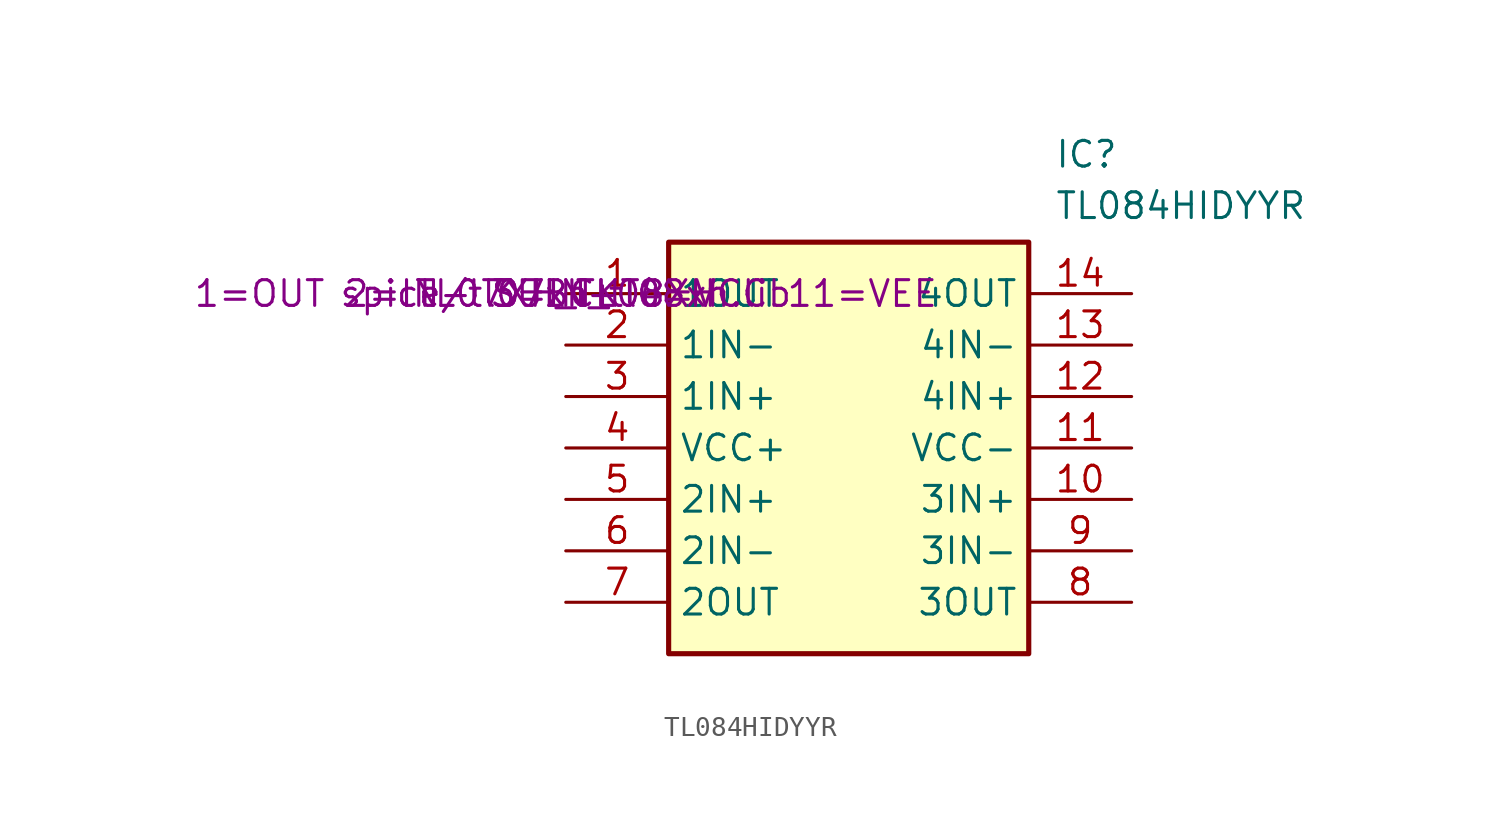
<source format=kicad_sym>
(kicad_symbol_lib
  (version 20220914)
  (generator kicad_symbol_editor)
  (symbol "TL084HIDYYR"
    (property "Reference" "IC"
      (at 24.13 7.62 0)
      (effects (font (size 1.27 1.27)) (justify left top)))
    (property "Value" "TL084HIDYYR"
      (at 24.13 5.08 0)
      (effects (font (size 1.27 1.27)) (justify left top)))
    (property "Sim.Library" "spice/tl07xh_tl08xh.lib"
      (at 0 0 0)
      (effects (font (size 1.27 1.27))))
    (property "Sim.Name" "TL07XH_TL08XH"
      (at 0 0 0)
      (effects (font (size 1.27 1.27))))
    (property "Sim.Device" "SUBCKT"
      (at 0 0 0)
      (effects (font (size 1.27 1.27))))
    (property "Sim.Pins" "1=OUT 2=IN- 3=IN+ 4=VCC 11=VEE"
      (at 0 0 0)
      (effects (font (size 1.27 1.27))))
    (symbol "TL084HIDYYR_1_1"
      (rectangle (start 5.08 2.54) (end 22.86 -17.78) (stroke (width 0.254) (type default)) (fill (type background)))
      (pin passive line (at 0 0 0) (length 5.08) (name "1OUT" (effects (font (size 1.27 1.27)))) (number "1" (effects (font (size 1.27 1.27)))))
      (pin passive line (at 27.94 -10.16 180) (length 5.08) (name "3IN+" (effects (font (size 1.27 1.27)))) (number "10" (effects (font (size 1.27 1.27)))))
      (pin passive line (at 27.94 -7.62 180) (length 5.08) (name "VCC-" (effects (font (size 1.27 1.27)))) (number "11" (effects (font (size 1.27 1.27)))))
      (pin passive line (at 27.94 -5.08 180) (length 5.08) (name "4IN+" (effects (font (size 1.27 1.27)))) (number "12" (effects (font (size 1.27 1.27)))))
      (pin passive line (at 27.94 -2.54 180) (length 5.08) (name "4IN-" (effects (font (size 1.27 1.27)))) (number "13" (effects (font (size 1.27 1.27)))))
      (pin passive line (at 27.94 0 180) (length 5.08) (name "4OUT" (effects (font (size 1.27 1.27)))) (number "14" (effects (font (size 1.27 1.27)))))
      (pin passive line (at 0 -2.54 0) (length 5.08) (name "1IN-" (effects (font (size 1.27 1.27)))) (number "2" (effects (font (size 1.27 1.27)))))
      (pin passive line (at 0 -5.08 0) (length 5.08) (name "1IN+" (effects (font (size 1.27 1.27)))) (number "3" (effects (font (size 1.27 1.27)))))
      (pin passive line (at 0 -7.62 0) (length 5.08) (name "VCC+" (effects (font (size 1.27 1.27)))) (number "4" (effects (font (size 1.27 1.27)))))
      (pin passive line (at 0 -10.16 0) (length 5.08) (name "2IN+" (effects (font (size 1.27 1.27)))) (number "5" (effects (font (size 1.27 1.27)))))
      (pin passive line (at 0 -12.7 0) (length 5.08) (name "2IN-" (effects (font (size 1.27 1.27)))) (number "6" (effects (font (size 1.27 1.27)))))
      (pin passive line (at 0 -15.24 0) (length 5.08) (name "2OUT" (effects (font (size 1.27 1.27)))) (number "7" (effects (font (size 1.27 1.27)))))
      (pin passive line (at 27.94 -15.24 180) (length 5.08) (name "3OUT" (effects (font (size 1.27 1.27)))) (number "8" (effects (font (size 1.27 1.27)))))
      (pin passive line (at 27.94 -12.7 180) (length 5.08) (name "3IN-" (effects (font (size 1.27 1.27)))) (number "9" (effects (font (size 1.27 1.27))))))))
</source>
